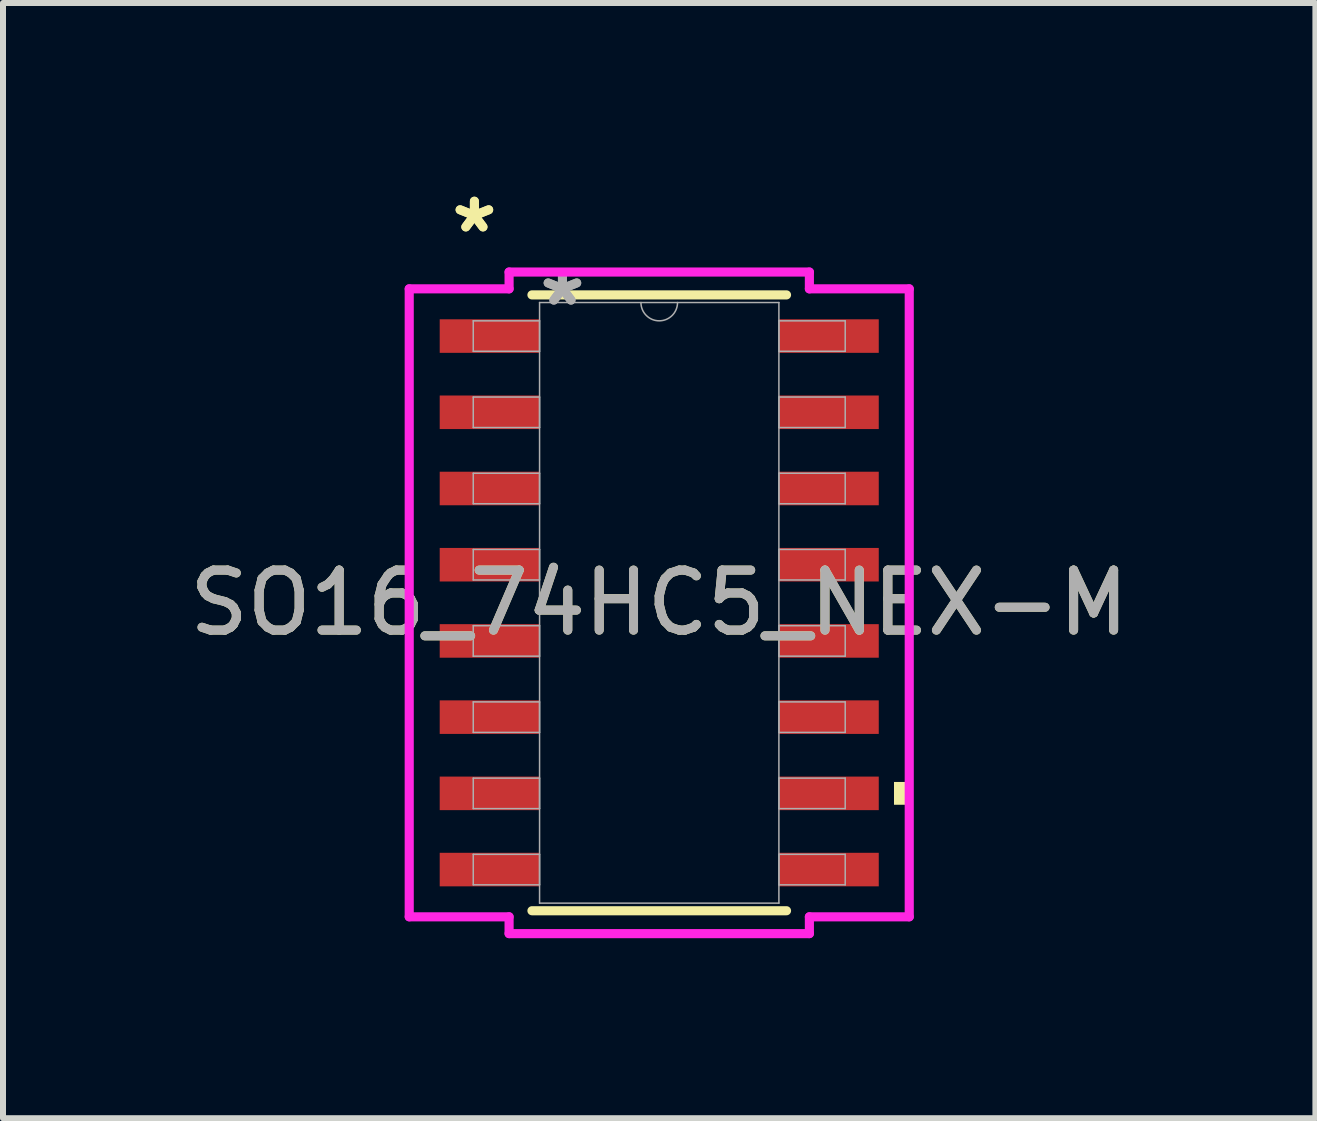
<source format=kicad_pcb>
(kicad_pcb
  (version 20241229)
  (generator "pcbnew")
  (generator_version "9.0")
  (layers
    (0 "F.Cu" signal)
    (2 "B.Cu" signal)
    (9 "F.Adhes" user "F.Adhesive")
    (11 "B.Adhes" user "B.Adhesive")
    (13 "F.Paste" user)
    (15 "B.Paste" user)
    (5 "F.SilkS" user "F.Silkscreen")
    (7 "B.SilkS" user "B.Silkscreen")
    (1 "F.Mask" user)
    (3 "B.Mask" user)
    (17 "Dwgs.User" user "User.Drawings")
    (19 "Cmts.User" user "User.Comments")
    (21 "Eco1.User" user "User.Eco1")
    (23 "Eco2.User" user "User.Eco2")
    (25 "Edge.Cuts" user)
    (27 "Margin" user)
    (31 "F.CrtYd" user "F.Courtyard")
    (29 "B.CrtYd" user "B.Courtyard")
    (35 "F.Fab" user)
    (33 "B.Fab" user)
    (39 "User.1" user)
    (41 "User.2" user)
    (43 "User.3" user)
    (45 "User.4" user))
  (footprint "SO16_74HC5_NEX-M"
    (layer "F.Cu")
    (at 7.935 6.995)
    (property "Reference" "SO16_74HC5_NEX-M" (at 0 0 0) (unlocked yes) (layer "F.SilkS") (effects (font (size 1 1) (thickness 0.15))))
    (attr smd)
    (fp_line (start -2.121 5.131) (end 2.121 5.131) (stroke (width 0.152) (type solid)) (layer "F.SilkS"))
    (fp_line (start 2.121 -5.131) (end -2.121 -5.131) (stroke (width 0.152) (type solid)) (layer "F.SilkS"))
    (fp_poly (pts (xy 4.166 2.985) (xy 4.166 3.365) (xy 3.912 3.365) (xy 3.912 2.985)) (stroke (width 0) (type solid)) (fill yes) (layer "F.SilkS"))
    (fp_line (start -4.166 -5.232) (end -2.502 -5.232) (stroke (width 0.152) (type solid)) (layer "F.CrtYd"))
    (fp_line (start -4.166 5.232) (end -4.166 -5.232) (stroke (width 0.152) (type solid)) (layer "F.CrtYd"))
    (fp_line (start -4.166 5.232) (end -2.502 5.232) (stroke (width 0.152) (type solid)) (layer "F.CrtYd"))
    (fp_line (start -2.502 -5.512) (end 2.502 -5.512) (stroke (width 0.152) (type solid)) (layer "F.CrtYd"))
    (fp_line (start -2.502 -5.232) (end -2.502 -5.512) (stroke (width 0.152) (type solid)) (layer "F.CrtYd"))
    (fp_line (start -2.502 5.512) (end -2.502 5.232) (stroke (width 0.152) (type solid)) (layer "F.CrtYd"))
    (fp_line (start 2.502 -5.512) (end 2.502 -5.232) (stroke (width 0.152) (type solid)) (layer "F.CrtYd"))
    (fp_line (start 2.502 5.232) (end 2.502 5.512) (stroke (width 0.152) (type solid)) (layer "F.CrtYd"))
    (fp_line (start 2.502 5.512) (end -2.502 5.512) (stroke (width 0.152) (type solid)) (layer "F.CrtYd"))
    (fp_line (start 4.166 -5.232) (end 2.502 -5.232) (stroke (width 0.152) (type solid)) (layer "F.CrtYd"))
    (fp_line (start 4.166 -5.232) (end 4.166 5.232) (stroke (width 0.152) (type solid)) (layer "F.CrtYd"))
    (fp_line (start 4.166 5.232) (end 2.502 5.232) (stroke (width 0.152) (type solid)) (layer "F.CrtYd"))
    (fp_line (start -3.099 -4.699) (end -3.099 -4.191) (stroke (width 0.025) (type solid)) (layer "F.Fab"))
    (fp_line (start -3.099 -4.191) (end -1.994 -4.191) (stroke (width 0.025) (type solid)) (layer "F.Fab"))
    (fp_line (start -3.099 -3.429) (end -3.099 -2.921) (stroke (width 0.025) (type solid)) (layer "F.Fab"))
    (fp_line (start -3.099 -2.921) (end -1.994 -2.921) (stroke (width 0.025) (type solid)) (layer "F.Fab"))
    (fp_line (start -3.099 -2.159) (end -3.099 -1.651) (stroke (width 0.025) (type solid)) (layer "F.Fab"))
    (fp_line (start -3.099 -1.651) (end -1.994 -1.651) (stroke (width 0.025) (type solid)) (layer "F.Fab"))
    (fp_line (start -3.099 -0.889) (end -3.099 -0.381) (stroke (width 0.025) (type solid)) (layer "F.Fab"))
    (fp_line (start -3.099 -0.381) (end -1.994 -0.381) (stroke (width 0.025) (type solid)) (layer "F.Fab"))
    (fp_line (start -3.099 0.381) (end -3.099 0.889) (stroke (width 0.025) (type solid)) (layer "F.Fab"))
    (fp_line (start -3.099 0.889) (end -1.994 0.889) (stroke (width 0.025) (type solid)) (layer "F.Fab"))
    (fp_line (start -3.099 1.651) (end -3.099 2.159) (stroke (width 0.025) (type solid)) (layer "F.Fab"))
    (fp_line (start -3.099 2.159) (end -1.994 2.159) (stroke (width 0.025) (type solid)) (layer "F.Fab"))
    (fp_line (start -3.099 2.921) (end -3.099 3.429) (stroke (width 0.025) (type solid)) (layer "F.Fab"))
    (fp_line (start -3.099 3.429) (end -1.994 3.429) (stroke (width 0.025) (type solid)) (layer "F.Fab"))
    (fp_line (start -3.099 4.191) (end -3.099 4.699) (stroke (width 0.025) (type solid)) (layer "F.Fab"))
    (fp_line (start -3.099 4.699) (end -1.994 4.699) (stroke (width 0.025) (type solid)) (layer "F.Fab"))
    (fp_line (start -1.994 -5.004) (end -1.994 5.004) (stroke (width 0.025) (type solid)) (layer "F.Fab"))
    (fp_line (start -1.994 -4.699) (end -3.099 -4.699) (stroke (width 0.025) (type solid)) (layer "F.Fab"))
    (fp_line (start -1.994 -4.191) (end -1.994 -4.699) (stroke (width 0.025) (type solid)) (layer "F.Fab"))
    (fp_line (start -1.994 -3.429) (end -3.099 -3.429) (stroke (width 0.025) (type solid)) (layer "F.Fab"))
    (fp_line (start -1.994 -2.921) (end -1.994 -3.429) (stroke (width 0.025) (type solid)) (layer "F.Fab"))
    (fp_line (start -1.994 -2.159) (end -3.099 -2.159) (stroke (width 0.025) (type solid)) (layer "F.Fab"))
    (fp_line (start -1.994 -1.651) (end -1.994 -2.159) (stroke (width 0.025) (type solid)) (layer "F.Fab"))
    (fp_line (start -1.994 -0.889) (end -3.099 -0.889) (stroke (width 0.025) (type solid)) (layer "F.Fab"))
    (fp_line (start -1.994 -0.381) (end -1.994 -0.889) (stroke (width 0.025) (type solid)) (layer "F.Fab"))
    (fp_line (start -1.994 0.381) (end -3.099 0.381) (stroke (width 0.025) (type solid)) (layer "F.Fab"))
    (fp_line (start -1.994 0.889) (end -1.994 0.381) (stroke (width 0.025) (type solid)) (layer "F.Fab"))
    (fp_line (start -1.994 1.651) (end -3.099 1.651) (stroke (width 0.025) (type solid)) (layer "F.Fab"))
    (fp_line (start -1.994 2.159) (end -1.994 1.651) (stroke (width 0.025) (type solid)) (layer "F.Fab"))
    (fp_line (start -1.994 2.921) (end -3.099 2.921) (stroke (width 0.025) (type solid)) (layer "F.Fab"))
    (fp_line (start -1.994 3.429) (end -1.994 2.921) (stroke (width 0.025) (type solid)) (layer "F.Fab"))
    (fp_line (start -1.994 4.191) (end -3.099 4.191) (stroke (width 0.025) (type solid)) (layer "F.Fab"))
    (fp_line (start -1.994 4.699) (end -1.994 4.191) (stroke (width 0.025) (type solid)) (layer "F.Fab"))
    (fp_line (start -1.994 5.004) (end 1.994 5.004) (stroke (width 0.025) (type solid)) (layer "F.Fab"))
    (fp_line (start 1.994 -5.004) (end -1.994 -5.004) (stroke (width 0.025) (type solid)) (layer "F.Fab"))
    (fp_line (start 1.994 -4.699) (end 1.994 -4.191) (stroke (width 0.025) (type solid)) (layer "F.Fab"))
    (fp_line (start 1.994 -4.191) (end 3.099 -4.191) (stroke (width 0.025) (type solid)) (layer "F.Fab"))
    (fp_line (start 1.994 -3.429) (end 1.994 -2.921) (stroke (width 0.025) (type solid)) (layer "F.Fab"))
    (fp_line (start 1.994 -2.921) (end 3.099 -2.921) (stroke (width 0.025) (type solid)) (layer "F.Fab"))
    (fp_line (start 1.994 -2.159) (end 1.994 -1.651) (stroke (width 0.025) (type solid)) (layer "F.Fab"))
    (fp_line (start 1.994 -1.651) (end 3.099 -1.651) (stroke (width 0.025) (type solid)) (layer "F.Fab"))
    (fp_line (start 1.994 -0.889) (end 1.994 -0.381) (stroke (width 0.025) (type solid)) (layer "F.Fab"))
    (fp_line (start 1.994 -0.381) (end 3.099 -0.381) (stroke (width 0.025) (type solid)) (layer "F.Fab"))
    (fp_line (start 1.994 0.381) (end 1.994 0.889) (stroke (width 0.025) (type solid)) (layer "F.Fab"))
    (fp_line (start 1.994 0.889) (end 3.099 0.889) (stroke (width 0.025) (type solid)) (layer "F.Fab"))
    (fp_line (start 1.994 1.651) (end 1.994 2.159) (stroke (width 0.025) (type solid)) (layer "F.Fab"))
    (fp_line (start 1.994 2.159) (end 3.099 2.159) (stroke (width 0.025) (type solid)) (layer "F.Fab"))
    (fp_line (start 1.994 2.921) (end 1.994 3.429) (stroke (width 0.025) (type solid)) (layer "F.Fab"))
    (fp_line (start 1.994 3.429) (end 3.099 3.429) (stroke (width 0.025) (type solid)) (layer "F.Fab"))
    (fp_line (start 1.994 4.191) (end 1.994 4.699) (stroke (width 0.025) (type solid)) (layer "F.Fab"))
    (fp_line (start 1.994 4.699) (end 3.099 4.699) (stroke (width 0.025) (type solid)) (layer "F.Fab"))
    (fp_line (start 1.994 5.004) (end 1.994 -5.004) (stroke (width 0.025) (type solid)) (layer "F.Fab"))
    (fp_line (start 3.099 -4.699) (end 1.994 -4.699) (stroke (width 0.025) (type solid)) (layer "F.Fab"))
    (fp_line (start 3.099 -4.191) (end 3.099 -4.699) (stroke (width 0.025) (type solid)) (layer "F.Fab"))
    (fp_line (start 3.099 -3.429) (end 1.994 -3.429) (stroke (width 0.025) (type solid)) (layer "F.Fab"))
    (fp_line (start 3.099 -2.921) (end 3.099 -3.429) (stroke (width 0.025) (type solid)) (layer "F.Fab"))
    (fp_line (start 3.099 -2.159) (end 1.994 -2.159) (stroke (width 0.025) (type solid)) (layer "F.Fab"))
    (fp_line (start 3.099 -1.651) (end 3.099 -2.159) (stroke (width 0.025) (type solid)) (layer "F.Fab"))
    (fp_line (start 3.099 -0.889) (end 1.994 -0.889) (stroke (width 0.025) (type solid)) (layer "F.Fab"))
    (fp_line (start 3.099 -0.381) (end 3.099 -0.889) (stroke (width 0.025) (type solid)) (layer "F.Fab"))
    (fp_line (start 3.099 0.381) (end 1.994 0.381) (stroke (width 0.025) (type solid)) (layer "F.Fab"))
    (fp_line (start 3.099 0.889) (end 3.099 0.381) (stroke (width 0.025) (type solid)) (layer "F.Fab"))
    (fp_line (start 3.099 1.651) (end 1.994 1.651) (stroke (width 0.025) (type solid)) (layer "F.Fab"))
    (fp_line (start 3.099 2.159) (end 3.099 1.651) (stroke (width 0.025) (type solid)) (layer "F.Fab"))
    (fp_line (start 3.099 2.921) (end 1.994 2.921) (stroke (width 0.025) (type solid)) (layer "F.Fab"))
    (fp_line (start 3.099 3.429) (end 3.099 2.921) (stroke (width 0.025) (type solid)) (layer "F.Fab"))
    (fp_line (start 3.099 4.191) (end 1.994 4.191) (stroke (width 0.025) (type solid)) (layer "F.Fab"))
    (fp_line (start 3.099 4.699) (end 3.099 4.191) (stroke (width 0.025) (type solid)) (layer "F.Fab"))
    (fp_arc (start 0.3048 -5.0038) (mid 0 -4.699) (end -0.3048 -5.0038) (stroke (width 0.0254) (type solid)) (layer "F.Fab"))
    (fp_text user "*" (at -3.08 -6.147 0) (unlocked yes) (layer "F.SilkS") (effects (font (size 1 1) (thickness 0.15))))
    (fp_text user "*" (at -3.08 -6.147 0) (layer "F.SilkS") (effects (font (size 1 1) (thickness 0.15))))
    (fp_text user "*" (at -1.613 -4.928 0) (layer "F.Fab") (effects (font (size 1 1) (thickness 0.15))))
    (fp_text user "*" (at -1.613 -4.928 0) (unlocked yes) (layer "F.Fab") (effects (font (size 1 1) (thickness 0.15))))
    (fp_text user "${REFERENCE}" (at 0 0 0) (unlocked yes) (layer "F.Fab") (effects (font (size 1 1) (thickness 0.15))))
    (pad "1" smd rect (at -2.826 -4.445) (size 1.664 0.559) (layers "F.Cu" "F.Mask" "F.Paste"))
    (pad "2" smd rect (at -2.826 -3.175) (size 1.664 0.559) (layers "F.Cu" "F.Mask" "F.Paste"))
    (pad "3" smd rect (at -2.826 -1.905) (size 1.664 0.559) (layers "F.Cu" "F.Mask" "F.Paste"))
    (pad "4" smd rect (at -2.826 -0.635) (size 1.664 0.559) (layers "F.Cu" "F.Mask" "F.Paste"))
    (pad "5" smd rect (at -2.826 0.635) (size 1.664 0.559) (layers "F.Cu" "F.Mask" "F.Paste"))
    (pad "6" smd rect (at -2.826 1.905) (size 1.664 0.559) (layers "F.Cu" "F.Mask" "F.Paste"))
    (pad "7" smd rect (at -2.826 3.175) (size 1.664 0.559) (layers "F.Cu" "F.Mask" "F.Paste"))
    (pad "8" smd rect (at -2.826 4.445) (size 1.664 0.559) (layers "F.Cu" "F.Mask" "F.Paste"))
    (pad "9" smd rect (at 2.826 4.445) (size 1.664 0.559) (layers "F.Cu" "F.Mask" "F.Paste"))
    (pad "10" smd rect (at 2.826 3.175) (size 1.664 0.559) (layers "F.Cu" "F.Mask" "F.Paste"))
    (pad "11" smd rect (at 2.826 1.905) (size 1.664 0.559) (layers "F.Cu" "F.Mask" "F.Paste"))
    (pad "12" smd rect (at 2.826 0.635) (size 1.664 0.559) (layers "F.Cu" "F.Mask" "F.Paste"))
    (pad "13" smd rect (at 2.826 -0.635) (size 1.664 0.559) (layers "F.Cu" "F.Mask" "F.Paste"))
    (pad "14" smd rect (at 2.826 -1.905) (size 1.664 0.559) (layers "F.Cu" "F.Mask" "F.Paste"))
    (pad "15" smd rect (at 2.826 -3.175) (size 1.664 0.559) (layers "F.Cu" "F.Mask" "F.Paste"))
    (pad "16" smd rect (at 2.826 -4.445) (size 1.664 0.559) (layers "F.Cu" "F.Mask" "F.Paste")))
  (gr_rect
    (start -3 -3)
    (end 18.869 15.583)
    (stroke (width 0.1) (type default))
    (fill no)
    (layer "Edge.Cuts")))
</source>
